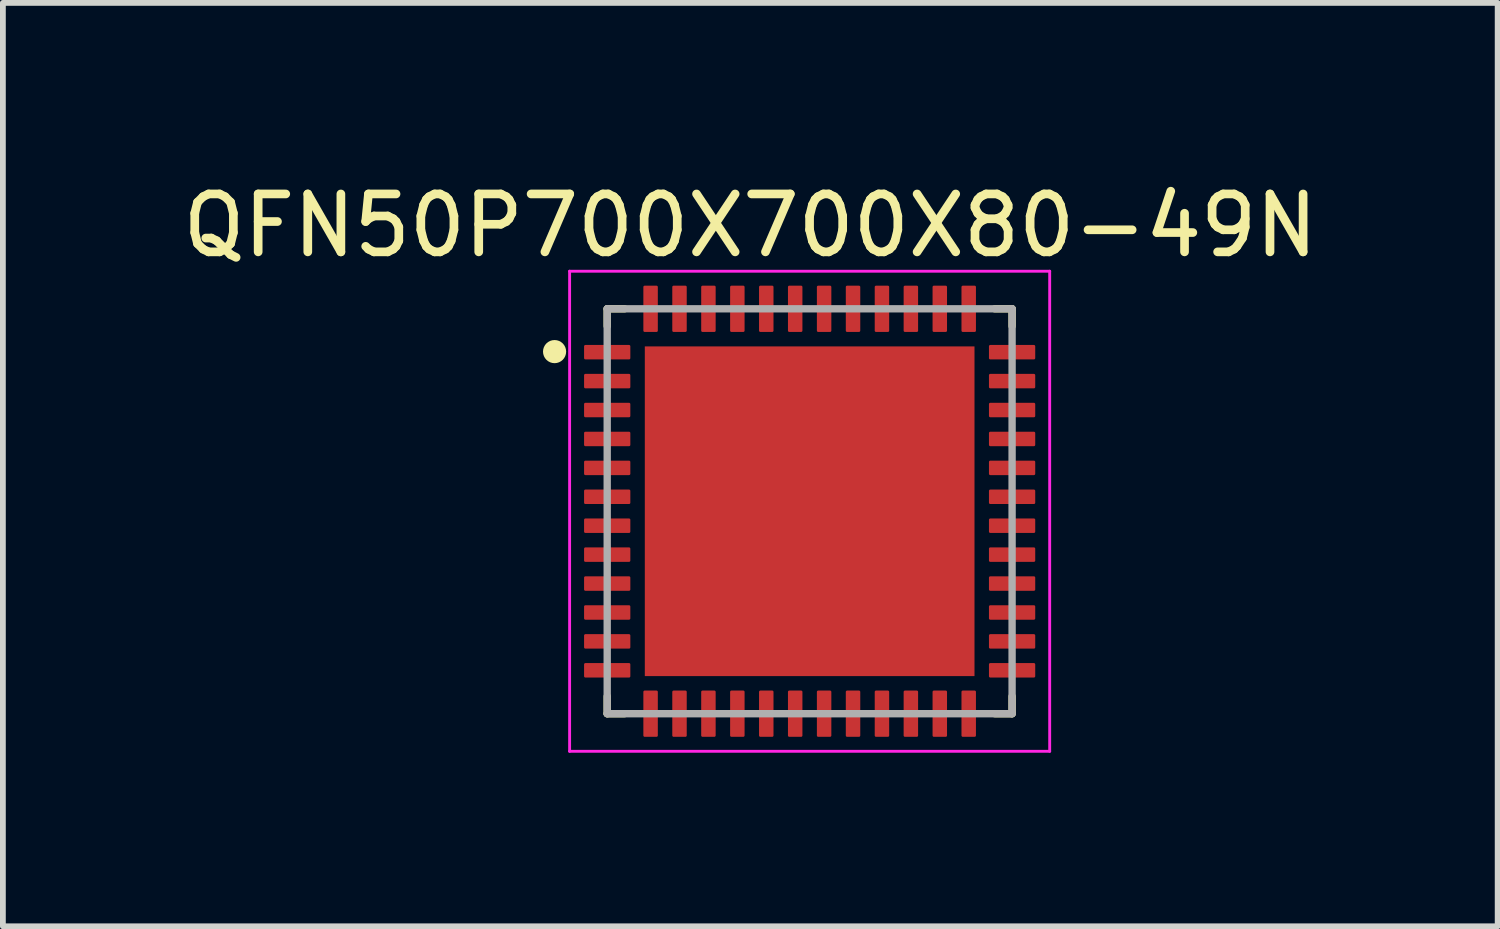
<source format=kicad_pcb>
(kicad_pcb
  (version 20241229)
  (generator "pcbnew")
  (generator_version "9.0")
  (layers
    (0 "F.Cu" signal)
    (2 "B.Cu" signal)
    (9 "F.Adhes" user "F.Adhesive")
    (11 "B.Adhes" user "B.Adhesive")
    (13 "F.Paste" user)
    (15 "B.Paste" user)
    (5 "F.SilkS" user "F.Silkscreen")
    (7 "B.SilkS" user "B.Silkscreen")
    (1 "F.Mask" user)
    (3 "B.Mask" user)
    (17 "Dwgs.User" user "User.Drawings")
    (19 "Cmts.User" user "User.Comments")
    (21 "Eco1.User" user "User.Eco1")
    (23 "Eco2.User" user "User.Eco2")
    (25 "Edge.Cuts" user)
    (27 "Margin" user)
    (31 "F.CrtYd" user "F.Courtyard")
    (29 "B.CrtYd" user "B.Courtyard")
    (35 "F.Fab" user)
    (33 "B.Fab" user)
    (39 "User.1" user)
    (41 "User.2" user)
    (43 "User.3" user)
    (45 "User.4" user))
  (footprint "QFN50P700X700X80-49N"
    (layer "F.Cu")
    (at 10.948 5.789)
    (property "Reference" "QFN50P700X700X80-49N" (at -1.026 -4.94 0) (layer "F.SilkS") (effects (font (size 1.001 1.001) (thickness 0.15))))
    (attr smd)
    (fp_line (start -3.5 -3.5) (end -3.5 -3.2) (stroke (width 0.127) (type solid)) (layer "F.SilkS"))
    (fp_line (start -3.5 -3.5) (end -3.2 -3.5) (stroke (width 0.127) (type solid)) (layer "F.SilkS"))
    (fp_line (start -3.5 3.5) (end -3.5 3.2) (stroke (width 0.127) (type solid)) (layer "F.SilkS"))
    (fp_line (start -3.5 3.5) (end -3.2 3.5) (stroke (width 0.127) (type solid)) (layer "F.SilkS"))
    (fp_line (start 3.5 -3.5) (end 3.2 -3.5) (stroke (width 0.127) (type solid)) (layer "F.SilkS"))
    (fp_line (start 3.5 -3.5) (end 3.5 -3.2) (stroke (width 0.127) (type solid)) (layer "F.SilkS"))
    (fp_line (start 3.5 3.5) (end 3.2 3.5) (stroke (width 0.127) (type solid)) (layer "F.SilkS"))
    (fp_line (start 3.5 3.5) (end 3.5 3.2) (stroke (width 0.127) (type solid)) (layer "F.SilkS"))
    (fp_circle (center -4.41 -2.76) (end -4.21 -2.76) (stroke (width 0) (type solid)) (fill yes) (layer "F.SilkS"))
    (fp_poly (pts (xy -1.803 -1.8) (xy 1.8 -1.8) (xy 1.8 1.803) (xy -1.803 1.803)) (stroke (width 0.01) (type solid)) (fill yes) (layer "F.Paste"))
    (fp_line (start -4.15 -4.15) (end 4.15 -4.15) (stroke (width 0.05) (type solid)) (layer "F.CrtYd"))
    (fp_line (start -4.15 4.15) (end -4.15 -4.15) (stroke (width 0.05) (type solid)) (layer "F.CrtYd"))
    (fp_line (start 4.15 -4.15) (end 4.15 4.15) (stroke (width 0.05) (type solid)) (layer "F.CrtYd"))
    (fp_line (start 4.15 4.15) (end -4.15 4.15) (stroke (width 0.05) (type solid)) (layer "F.CrtYd"))
    (fp_line (start -3.5 -3.5) (end 3.5 -3.5) (stroke (width 0.127) (type solid)) (layer "F.Fab"))
    (fp_line (start -3.5 3.5) (end -3.5 -3.5) (stroke (width 0.127) (type solid)) (layer "F.Fab"))
    (fp_line (start 3.5 -3.5) (end 3.5 3.5) (stroke (width 0.127) (type solid)) (layer "F.Fab"))
    (fp_line (start 3.5 3.5) (end -3.5 3.5) (stroke (width 0.127) (type solid)) (layer "F.Fab"))
    (pad "1" smd roundrect (at -3.5 -2.75) (size 0.8 0.25) (layers "F.Cu" "F.Mask" "F.Paste") (roundrect_rratio 0.09))
    (pad "2" smd roundrect (at -3.5 -2.25) (size 0.8 0.25) (layers "F.Cu" "F.Mask" "F.Paste") (roundrect_rratio 0.09))
    (pad "3" smd roundrect (at -3.5 -1.75) (size 0.8 0.25) (layers "F.Cu" "F.Mask" "F.Paste") (roundrect_rratio 0.09))
    (pad "4" smd roundrect (at -3.5 -1.25) (size 0.8 0.25) (layers "F.Cu" "F.Mask" "F.Paste") (roundrect_rratio 0.09))
    (pad "5" smd roundrect (at -3.5 -0.75) (size 0.8 0.25) (layers "F.Cu" "F.Mask" "F.Paste") (roundrect_rratio 0.09))
    (pad "6" smd roundrect (at -3.5 -0.25) (size 0.8 0.25) (layers "F.Cu" "F.Mask" "F.Paste") (roundrect_rratio 0.09))
    (pad "7" smd roundrect (at -3.5 0.25) (size 0.8 0.25) (layers "F.Cu" "F.Mask" "F.Paste") (roundrect_rratio 0.09))
    (pad "8" smd roundrect (at -3.5 0.75) (size 0.8 0.25) (layers "F.Cu" "F.Mask" "F.Paste") (roundrect_rratio 0.09))
    (pad "9" smd roundrect (at -3.5 1.25) (size 0.8 0.25) (layers "F.Cu" "F.Mask" "F.Paste") (roundrect_rratio 0.09))
    (pad "10" smd roundrect (at -3.5 1.75) (size 0.8 0.25) (layers "F.Cu" "F.Mask" "F.Paste") (roundrect_rratio 0.09))
    (pad "11" smd roundrect (at -3.5 2.25) (size 0.8 0.25) (layers "F.Cu" "F.Mask" "F.Paste") (roundrect_rratio 0.09))
    (pad "12" smd roundrect (at -3.5 2.75) (size 0.8 0.25) (layers "F.Cu" "F.Mask" "F.Paste") (roundrect_rratio 0.09))
    (pad "13" smd roundrect (at -2.75 3.5 90) (size 0.8 0.25) (layers "F.Cu" "F.Mask" "F.Paste") (roundrect_rratio 0.09))
    (pad "14" smd roundrect (at -2.25 3.5 90) (size 0.8 0.25) (layers "F.Cu" "F.Mask" "F.Paste") (roundrect_rratio 0.09))
    (pad "15" smd roundrect (at -1.75 3.5 90) (size 0.8 0.25) (layers "F.Cu" "F.Mask" "F.Paste") (roundrect_rratio 0.09))
    (pad "16" smd roundrect (at -1.25 3.5 90) (size 0.8 0.25) (layers "F.Cu" "F.Mask" "F.Paste") (roundrect_rratio 0.09))
    (pad "17" smd roundrect (at -0.75 3.5 90) (size 0.8 0.25) (layers "F.Cu" "F.Mask" "F.Paste") (roundrect_rratio 0.09))
    (pad "18" smd roundrect (at -0.25 3.5 90) (size 0.8 0.25) (layers "F.Cu" "F.Mask" "F.Paste") (roundrect_rratio 0.09))
    (pad "19" smd roundrect (at 0.25 3.5 90) (size 0.8 0.25) (layers "F.Cu" "F.Mask" "F.Paste") (roundrect_rratio 0.09))
    (pad "20" smd roundrect (at 0.75 3.5 90) (size 0.8 0.25) (layers "F.Cu" "F.Mask" "F.Paste") (roundrect_rratio 0.09))
    (pad "21" smd roundrect (at 1.25 3.5 90) (size 0.8 0.25) (layers "F.Cu" "F.Mask" "F.Paste") (roundrect_rratio 0.09))
    (pad "22" smd roundrect (at 1.75 3.5 90) (size 0.8 0.25) (layers "F.Cu" "F.Mask" "F.Paste") (roundrect_rratio 0.09))
    (pad "23" smd roundrect (at 2.25 3.5 90) (size 0.8 0.25) (layers "F.Cu" "F.Mask" "F.Paste") (roundrect_rratio 0.09))
    (pad "24" smd roundrect (at 2.75 3.5 90) (size 0.8 0.25) (layers "F.Cu" "F.Mask" "F.Paste") (roundrect_rratio 0.09))
    (pad "25" smd roundrect (at 3.5 2.75 180) (size 0.8 0.25) (layers "F.Cu" "F.Mask" "F.Paste") (roundrect_rratio 0.09))
    (pad "26" smd roundrect (at 3.5 2.25 180) (size 0.8 0.25) (layers "F.Cu" "F.Mask" "F.Paste") (roundrect_rratio 0.09))
    (pad "27" smd roundrect (at 3.5 1.75 180) (size 0.8 0.25) (layers "F.Cu" "F.Mask" "F.Paste") (roundrect_rratio 0.09))
    (pad "28" smd roundrect (at 3.5 1.25 180) (size 0.8 0.25) (layers "F.Cu" "F.Mask" "F.Paste") (roundrect_rratio 0.09))
    (pad "29" smd roundrect (at 3.5 0.75 180) (size 0.8 0.25) (layers "F.Cu" "F.Mask" "F.Paste") (roundrect_rratio 0.09))
    (pad "30" smd roundrect (at 3.5 0.25 180) (size 0.8 0.25) (layers "F.Cu" "F.Mask" "F.Paste") (roundrect_rratio 0.09))
    (pad "31" smd roundrect (at 3.5 -0.25 180) (size 0.8 0.25) (layers "F.Cu" "F.Mask" "F.Paste") (roundrect_rratio 0.09))
    (pad "32" smd roundrect (at 3.5 -0.75 180) (size 0.8 0.25) (layers "F.Cu" "F.Mask" "F.Paste") (roundrect_rratio 0.09))
    (pad "33" smd roundrect (at 3.5 -1.25 180) (size 0.8 0.25) (layers "F.Cu" "F.Mask" "F.Paste") (roundrect_rratio 0.09))
    (pad "34" smd roundrect (at 3.5 -1.75 180) (size 0.8 0.25) (layers "F.Cu" "F.Mask" "F.Paste") (roundrect_rratio 0.09))
    (pad "35" smd roundrect (at 3.5 -2.25 180) (size 0.8 0.25) (layers "F.Cu" "F.Mask" "F.Paste") (roundrect_rratio 0.09))
    (pad "36" smd roundrect (at 3.5 -2.75 180) (size 0.8 0.25) (layers "F.Cu" "F.Mask" "F.Paste") (roundrect_rratio 0.09))
    (pad "37" smd roundrect (at 2.75 -3.5 270) (size 0.8 0.25) (layers "F.Cu" "F.Mask" "F.Paste") (roundrect_rratio 0.09))
    (pad "38" smd roundrect (at 2.25 -3.5 270) (size 0.8 0.25) (layers "F.Cu" "F.Mask" "F.Paste") (roundrect_rratio 0.09))
    (pad "39" smd roundrect (at 1.75 -3.5 270) (size 0.8 0.25) (layers "F.Cu" "F.Mask" "F.Paste") (roundrect_rratio 0.09))
    (pad "40" smd roundrect (at 1.25 -3.5 270) (size 0.8 0.25) (layers "F.Cu" "F.Mask" "F.Paste") (roundrect_rratio 0.09))
    (pad "41" smd roundrect (at 0.75 -3.5 270) (size 0.8 0.25) (layers "F.Cu" "F.Mask" "F.Paste") (roundrect_rratio 0.09))
    (pad "42" smd roundrect (at 0.25 -3.5 270) (size 0.8 0.25) (layers "F.Cu" "F.Mask" "F.Paste") (roundrect_rratio 0.09))
    (pad "43" smd roundrect (at -0.25 -3.5 270) (size 0.8 0.25) (layers "F.Cu" "F.Mask" "F.Paste") (roundrect_rratio 0.09))
    (pad "44" smd roundrect (at -0.75 -3.5 270) (size 0.8 0.25) (layers "F.Cu" "F.Mask" "F.Paste") (roundrect_rratio 0.09))
    (pad "45" smd roundrect (at -1.25 -3.5 270) (size 0.8 0.25) (layers "F.Cu" "F.Mask" "F.Paste") (roundrect_rratio 0.09))
    (pad "46" smd roundrect (at -1.75 -3.5 270) (size 0.8 0.25) (layers "F.Cu" "F.Mask" "F.Paste") (roundrect_rratio 0.09))
    (pad "47" smd roundrect (at -2.25 -3.5 270) (size 0.8 0.25) (layers "F.Cu" "F.Mask" "F.Paste") (roundrect_rratio 0.09))
    (pad "48" smd roundrect (at -2.75 -3.5 270) (size 0.8 0.25) (layers "F.Cu" "F.Mask" "F.Paste") (roundrect_rratio 0.09))
    (pad "49" smd rect (at 0 0) (size 5.7 5.7) (layers "F.Cu" "F.Mask")))
  (gr_rect
    (start -3 -3)
    (end 22.843 12.964)
    (stroke (width 0.1) (type default))
    (fill no)
    (layer "Edge.Cuts")))
</source>
